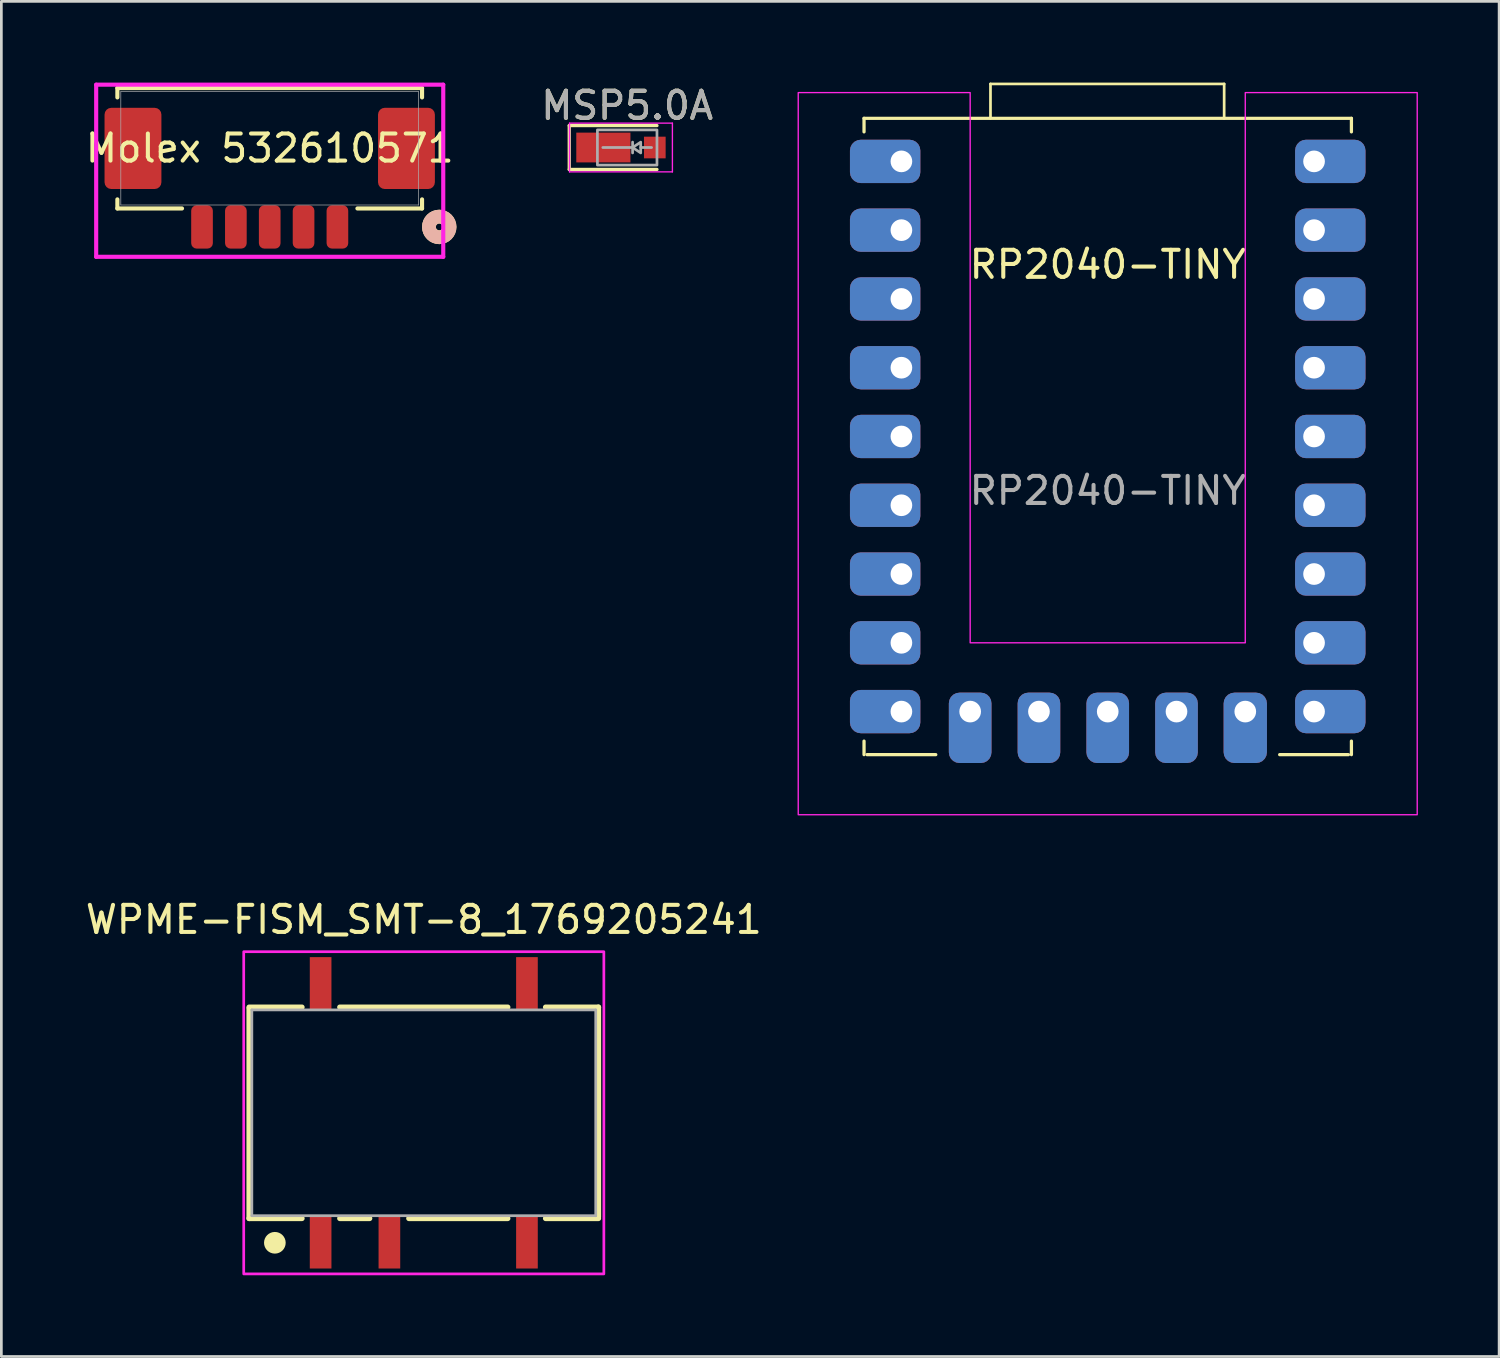
<source format=kicad_pcb>
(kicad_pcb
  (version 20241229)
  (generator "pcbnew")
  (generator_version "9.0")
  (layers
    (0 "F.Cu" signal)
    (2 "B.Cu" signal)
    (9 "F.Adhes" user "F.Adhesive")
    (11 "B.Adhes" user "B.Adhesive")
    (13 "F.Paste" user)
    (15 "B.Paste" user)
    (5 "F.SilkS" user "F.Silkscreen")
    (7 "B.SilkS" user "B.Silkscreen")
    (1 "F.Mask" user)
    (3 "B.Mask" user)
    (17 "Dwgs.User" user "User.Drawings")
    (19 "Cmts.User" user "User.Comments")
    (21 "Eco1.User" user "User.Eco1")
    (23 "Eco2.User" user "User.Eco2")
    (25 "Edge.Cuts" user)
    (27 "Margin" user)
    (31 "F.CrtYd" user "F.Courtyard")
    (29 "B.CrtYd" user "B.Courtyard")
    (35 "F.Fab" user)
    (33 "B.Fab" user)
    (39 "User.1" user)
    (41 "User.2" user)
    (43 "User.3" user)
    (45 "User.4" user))
  (footprint "MSP5.0A"
    (layer "F.Cu")
    (at 20.113 2.398)
    (property "Reference" "MSP5.0A" (at 0 -1.55 0) (unlocked yes) (layer "F.SilkS") (effects (font (size 1 1) (thickness 0.15))))
    (attr smd)
    (fp_line (start -2.14 -0.81) (end -2.14 0.81) (stroke (width 0.12) (type solid)) (layer "F.SilkS"))
    (fp_line (start -2.14 -0.81) (end 1.1 -0.81) (stroke (width 0.12) (type solid)) (layer "F.SilkS"))
    (fp_line (start -2.14 0.81) (end 1.1 0.81) (stroke (width 0.12) (type solid)) (layer "F.SilkS"))
    (fp_line (start -2.13 -0.9) (end -2.13 0.9) (stroke (width 0.05) (type solid)) (layer "F.CrtYd"))
    (fp_line (start -2.13 -0.9) (end 1.67 -0.9) (stroke (width 0.05) (type solid)) (layer "F.CrtYd"))
    (fp_line (start -2.13 0.9) (end 1.67 0.9) (stroke (width 0.05) (type solid)) (layer "F.CrtYd"))
    (fp_line (start 1.67 -0.9) (end 1.67 0.9) (stroke (width 0.05) (type solid)) (layer "F.CrtYd"))
    (fp_line (start 0.2 -0.2) (end 0.2 0.2) (stroke (width 0.1) (type solid)) (layer "F.Fab"))
    (fp_line (start 0.2 0) (end -0.9 0) (stroke (width 0.1) (type solid)) (layer "F.Fab"))
    (fp_line (start 0.9 0) (end 0.5 0) (stroke (width 0.1) (type solid)) (layer "F.Fab"))
    (fp_rect (start -1.1 -0.65) (end 1.1 0.65) (stroke (width 0.1) (type solid)) (fill no) (layer "F.Fab"))
    (fp_poly (pts (xy 0.5 0.2) (xy 0.2 0) (xy 0.5 -0.2)) (stroke (width 0.1) (type solid)) (fill no) (layer "F.Fab"))
    (fp_text user "${REFERENCE}" (at 0 -1.55 0) (unlocked yes) (layer "F.Fab") (effects (font (size 1 1) (thickness 0.15))))
    (pad "1" smd rect (at -0.88 0) (size 2 1.1) (layers "F.Cu" "F.Mask" "F.Paste"))
    (pad "2" smd rect (at 1.02 0) (size 0.8 0.8) (layers "F.Cu" "F.Mask" "F.Paste")))
  (footprint "RP2040-TINY"
    (layer "F.Cu")
    (at 37.86 13.07)
    (property "Reference" "RP2040-TINY" (at 0 -6.35 0) (unlocked yes) (layer "F.SilkS") (effects (font (size 1 1) (thickness 0.15))))
    (attr through_hole)
    (fp_line (start -9 -11.75) (end 9 -11.75) (stroke (width 0.12) (type default)) (layer "F.SilkS"))
    (fp_line (start -9 -11.25) (end -9 -11.75) (stroke (width 0.12) (type default)) (layer "F.SilkS"))
    (fp_line (start -9 11.75) (end -9 11.25) (stroke (width 0.12) (type default)) (layer "F.SilkS"))
    (fp_line (start -8.89 11.75) (end -6.35 11.75) (stroke (width 0.12) (type default)) (layer "F.SilkS"))
    (fp_line (start -4.33 -13.02) (end -4.33 -11.75) (stroke (width 0.1) (type solid)) (layer "F.SilkS"))
    (fp_line (start -4.33 -13.02) (end 4.3 -13.02) (stroke (width 0.1) (type solid)) (layer "F.SilkS"))
    (fp_line (start 4.3 -13.02) (end 4.3 -11.75) (stroke (width 0.1) (type solid)) (layer "F.SilkS"))
    (fp_line (start 8.89 11.75) (end 6.35 11.75) (stroke (width 0.12) (type default)) (layer "F.SilkS"))
    (fp_line (start 9 -11.75) (end 9 -11.25) (stroke (width 0.12) (type default)) (layer "F.SilkS"))
    (fp_line (start 9 11.75) (end 9 11.25) (stroke (width 0.12) (type default)) (layer "F.SilkS"))
    (fp_poly (pts (xy -11.43 -12.7) (xy -11.43 13.97) (xy 11.43 13.97) (xy 11.43 -12.7) (xy 5.08 -12.7) (xy 5.08 7.62) (xy -5.08 7.62) (xy -5.08 -12.7)) (stroke (width 0.05) (type solid)) (fill no) (layer "F.CrtYd"))
    (fp_text user "${REFERENCE}" (at 0 2 0) (unlocked yes) (layer "F.Fab") (effects (font (size 1 1) (thickness 0.15))))
    (pad "1" thru_hole roundrect (at -7.62 -10.16) (size 2.6 1.6) (drill 0.8 (offset -0.6 0)) (layers "*.Cu" "*.Mask") (roundrect_rratio 0.25))
    (pad "2" thru_hole roundrect (at -7.62 -7.62) (size 2.6 1.6) (drill 0.8 (offset -0.6 0)) (layers "*.Cu" "*.Mask") (roundrect_rratio 0.25))
    (pad "3" thru_hole roundrect (at -7.62 -5.08) (size 2.6 1.6) (drill 0.8 (offset -0.6 0)) (layers "*.Cu" "*.Mask") (roundrect_rratio 0.25))
    (pad "4" thru_hole roundrect (at -7.62 -2.54) (size 2.6 1.6) (drill 0.8 (offset -0.6 0)) (layers "*.Cu" "*.Mask") (roundrect_rratio 0.25))
    (pad "5" thru_hole roundrect (at -7.62 0) (size 2.6 1.6) (drill 0.8 (offset -0.6 0)) (layers "*.Cu" "*.Mask") (roundrect_rratio 0.25))
    (pad "6" thru_hole roundrect (at -7.62 2.54) (size 2.6 1.6) (drill 0.8 (offset -0.6 0)) (layers "*.Cu" "*.Mask") (roundrect_rratio 0.25))
    (pad "7" thru_hole roundrect (at -7.62 5.08) (size 2.6 1.6) (drill 0.8 (offset -0.6 0)) (layers "*.Cu" "*.Mask") (roundrect_rratio 0.25))
    (pad "8" thru_hole roundrect (at -7.62 7.62) (size 2.6 1.6) (drill 0.8 (offset -0.6 0)) (layers "*.Cu" "*.Mask") (roundrect_rratio 0.25))
    (pad "9" thru_hole roundrect (at -7.62 10.16) (size 2.6 1.6) (drill 0.8 (offset -0.6 0)) (layers "*.Cu" "*.Mask") (roundrect_rratio 0.25))
    (pad "10" thru_hole roundrect (at -5.08 10.16) (size 1.575 2.6) (drill 0.8 (offset 0 0.6)) (layers "*.Cu" "*.Mask") (roundrect_rratio 0.25))
    (pad "11" thru_hole roundrect (at -2.54 10.16) (size 1.575 2.6) (drill 0.8 (offset 0 0.6)) (layers "*.Cu" "*.Mask") (roundrect_rratio 0.25))
    (pad "12" thru_hole roundrect (at 0 10.16) (size 1.575 2.6) (drill 0.8 (offset 0 0.6)) (layers "*.Cu" "*.Mask") (roundrect_rratio 0.25))
    (pad "13" thru_hole roundrect (at 2.54 10.16) (size 1.575 2.6) (drill 0.8 (offset 0 0.6)) (layers "*.Cu" "*.Mask") (roundrect_rratio 0.25))
    (pad "14" thru_hole roundrect (at 5.08 10.16) (size 1.6 2.6) (drill 0.8 (offset 0 0.6)) (layers "*.Cu" "*.Mask") (roundrect_rratio 0.25))
    (pad "15" thru_hole roundrect (at 7.62 10.16) (size 2.6 1.6) (drill 0.8 (offset 0.6 0)) (layers "*.Cu" "*.Mask") (roundrect_rratio 0.25))
    (pad "16" thru_hole roundrect (at 7.62 7.62) (size 2.6 1.6) (drill 0.8 (offset 0.6 0)) (layers "*.Cu" "*.Mask") (roundrect_rratio 0.25))
    (pad "17" thru_hole roundrect (at 7.62 5.08) (size 2.6 1.6) (drill 0.8 (offset 0.6 0)) (layers "*.Cu" "*.Mask") (roundrect_rratio 0.25))
    (pad "18" thru_hole roundrect (at 7.62 2.54) (size 2.6 1.6) (drill 0.8 (offset 0.6 0)) (layers "*.Cu" "*.Mask") (roundrect_rratio 0.25))
    (pad "19" thru_hole roundrect (at 7.62 0) (size 2.6 1.6) (drill 0.8 (offset 0.6 0)) (layers "*.Cu" "*.Mask") (roundrect_rratio 0.25))
    (pad "20" thru_hole roundrect (at 7.62 -2.54) (size 2.6 1.6) (drill 0.8 (offset 0.6 0)) (layers "*.Cu" "*.Mask") (roundrect_rratio 0.25))
    (pad "21" thru_hole roundrect (at 7.62 -5.08) (size 2.6 1.6) (drill 0.8 (offset 0.6 0)) (layers "*.Cu" "*.Mask") (roundrect_rratio 0.25))
    (pad "22" thru_hole roundrect (at 7.62 -7.62) (size 2.6 1.6) (drill 0.8 (offset 0.6 0)) (layers "*.Cu" "*.Mask") (roundrect_rratio 0.25))
    (pad "23" thru_hole roundrect (at 7.62 -10.16) (size 2.6 1.6) (drill 0.8 (offset 0.6 0)) (layers "*.Cu" "*.Mask") (roundrect_rratio 0.25)))
  (footprint "WPME-FISM_SMT-8_1769205241"
    (layer "F.Cu")
    (at 12.601 38.048)
    (property "Reference" "WPME-FISM_SMT-8_1769205241" (at 0 -7.135 0) (layer "F.SilkS") (effects (font (size 1 1) (thickness 0.15))))
    (attr smd)
    (fp_line (start -6.45 -3.9) (end -4.5 -3.9) (stroke (width 0.2) (type solid)) (layer "F.SilkS"))
    (fp_line (start -6.45 -3.85) (end -6.45 3.9) (stroke (width 0.2) (type solid)) (layer "F.SilkS"))
    (fp_line (start -6.45 3.9) (end -4.5 3.9) (stroke (width 0.2) (type solid)) (layer "F.SilkS"))
    (fp_line (start -2 3.9) (end -3.1 3.9) (stroke (width 0.2) (type solid)) (layer "F.SilkS"))
    (fp_line (start 3.1 -3.9) (end -3.1 -3.9) (stroke (width 0.2) (type solid)) (layer "F.SilkS"))
    (fp_line (start 3.1 3.9) (end -0.55 3.9) (stroke (width 0.2) (type solid)) (layer "F.SilkS"))
    (fp_line (start 6.45 -3.9) (end 4.5 -3.9) (stroke (width 0.2) (type solid)) (layer "F.SilkS"))
    (fp_line (start 6.45 3.85) (end 6.45 -3.9) (stroke (width 0.2) (type solid)) (layer "F.SilkS"))
    (fp_line (start 6.45 3.9) (end 4.5 3.9) (stroke (width 0.2) (type solid)) (layer "F.SilkS"))
    (fp_circle (center -5.5 4.8) (end -5.3 4.8) (stroke (width 0.4) (type solid)) (fill no) (layer "F.SilkS"))
    (fp_poly (pts (xy -6.65 -5.95) (xy 6.65 -5.95) (xy 6.65 5.95) (xy -6.65 5.95)) (stroke (width 0.1) (type solid)) (fill no) (layer "F.CrtYd"))
    (fp_line (start -6.35 -3.8) (end 6.35 -3.8) (stroke (width 0.1) (type solid)) (layer "F.Fab"))
    (fp_line (start -6.35 3.8) (end -6.35 -3.8) (stroke (width 0.1) (type solid)) (layer "F.Fab"))
    (fp_line (start 6.35 -3.8) (end 6.35 3.8) (stroke (width 0.1) (type solid)) (layer "F.Fab"))
    (fp_line (start 6.35 3.8) (end -6.35 3.8) (stroke (width 0.1) (type solid)) (layer "F.Fab"))
    (pad "1" smd rect (at -3.81 4.775) (size 0.8 1.95) (layers "F.Cu" "F.Mask" "F.Paste"))
    (pad "2" smd rect (at -1.27 4.775) (size 0.8 1.95) (layers "F.Cu" "F.Mask" "F.Paste"))
    (pad "4" smd rect (at 3.81 4.775) (size 0.8 1.95) (layers "F.Cu" "F.Mask" "F.Paste"))
    (pad "5" smd rect (at 3.81 -4.775) (size 0.8 1.95) (layers "F.Cu" "F.Mask" "F.Paste"))
    (pad "8" smd rect (at -3.81 -4.775) (size 0.8 1.95) (layers "F.Cu" "F.Mask" "F.Paste")))
  (footprint "Molex 532610571"
    (layer "F.Cu")
    (at 6.911 2.426)
    (property "Reference" "Molex 532610571" (at 0 0 0) (unlocked yes) (layer "F.SilkS") (effects (font (size 1 1) (thickness 0.15))))
    (attr smd)
    (fp_line (start -5.626 -2.223) (end -5.626 -1.878) (stroke (width 0.152) (type solid)) (layer "F.SilkS"))
    (fp_line (start -5.626 1.887) (end -5.626 2.223) (stroke (width 0.152) (type solid)) (layer "F.SilkS"))
    (fp_line (start -5.626 2.223) (end -3.239 2.223) (stroke (width 0.152) (type solid)) (layer "F.SilkS"))
    (fp_line (start 3.239 2.223) (end 5.626 2.223) (stroke (width 0.152) (type solid)) (layer "F.SilkS"))
    (fp_line (start 5.626 -2.223) (end -5.626 -2.223) (stroke (width 0.152) (type solid)) (layer "F.SilkS"))
    (fp_line (start 5.626 -1.878) (end 5.626 -2.223) (stroke (width 0.152) (type solid)) (layer "F.SilkS"))
    (fp_line (start 5.626 2.223) (end 5.626 1.887) (stroke (width 0.152) (type solid)) (layer "F.SilkS"))
    (fp_circle (center 6.261 2.905) (end 6.642 2.905) (stroke (width 0.508) (type solid)) (fill no) (layer "F.SilkS"))
    (fp_circle (center 6.261 2.905) (end 6.642 2.905) (stroke (width 0.508) (type solid)) (fill no) (layer "B.SilkS"))
    (fp_line (start -6.409 -2.349) (end -6.409 4.009) (stroke (width 0.152) (type solid)) (layer "F.CrtYd"))
    (fp_line (start -6.409 4.009) (end 6.409 4.009) (stroke (width 0.152) (type solid)) (layer "F.CrtYd"))
    (fp_line (start 6.409 -2.349) (end -6.409 -2.349) (stroke (width 0.152) (type solid)) (layer "F.CrtYd"))
    (fp_line (start 6.409 4.009) (end 6.409 -2.349) (stroke (width 0.152) (type solid)) (layer "F.CrtYd"))
    (fp_line (start -5.499 -2.095) (end -5.499 2.095) (stroke (width 0.025) (type solid)) (layer "F.Fab"))
    (fp_line (start -5.499 2.095) (end 5.499 2.095) (stroke (width 0.025) (type solid)) (layer "F.Fab"))
    (fp_line (start 5.499 -2.095) (end -5.499 -2.095) (stroke (width 0.025) (type solid)) (layer "F.Fab"))
    (fp_line (start 5.499 2.095) (end 5.499 -2.095) (stroke (width 0.025) (type solid)) (layer "F.Fab"))
    (pad "1" smd roundrect (at 2.5 2.905 180) (size 0.8 1.6) (layers "F.Cu" "F.Mask" "F.Paste") (roundrect_rratio 0.25))
    (pad "2" smd roundrect (at 1.25 2.905 180) (size 0.8 1.6) (layers "F.Cu" "F.Mask" "F.Paste") (roundrect_rratio 0.25))
    (pad "3" smd roundrect (at 0 2.905 180) (size 0.8 1.6) (layers "F.Cu" "F.Mask" "F.Paste") (roundrect_rratio 0.25))
    (pad "4" smd roundrect (at -1.25 2.905 180) (size 0.8 1.6) (layers "F.Cu" "F.Mask" "F.Paste") (roundrect_rratio 0.25))
    (pad "5" smd roundrect (at -2.5 2.905 180) (size 0.8 1.6) (layers "F.Cu" "F.Mask" "F.Paste") (roundrect_rratio 0.25))
    (pad "MP1" smd roundrect (at -5.05 0.005 180) (size 2.1 3) (layers "F.Cu" "F.Mask" "F.Paste") (roundrect_rratio 0.119))
    (pad "MP2" smd roundrect (at 5.05 0.005 180) (size 2.1 3) (layers "F.Cu" "F.Mask" "F.Paste") (roundrect_rratio 0.119)))
  (gr_rect
    (start -3 -3)
    (end 52.315 47.048)
    (stroke (width 0.1) (type default))
    (fill no)
    (layer "Edge.Cuts")))
</source>
